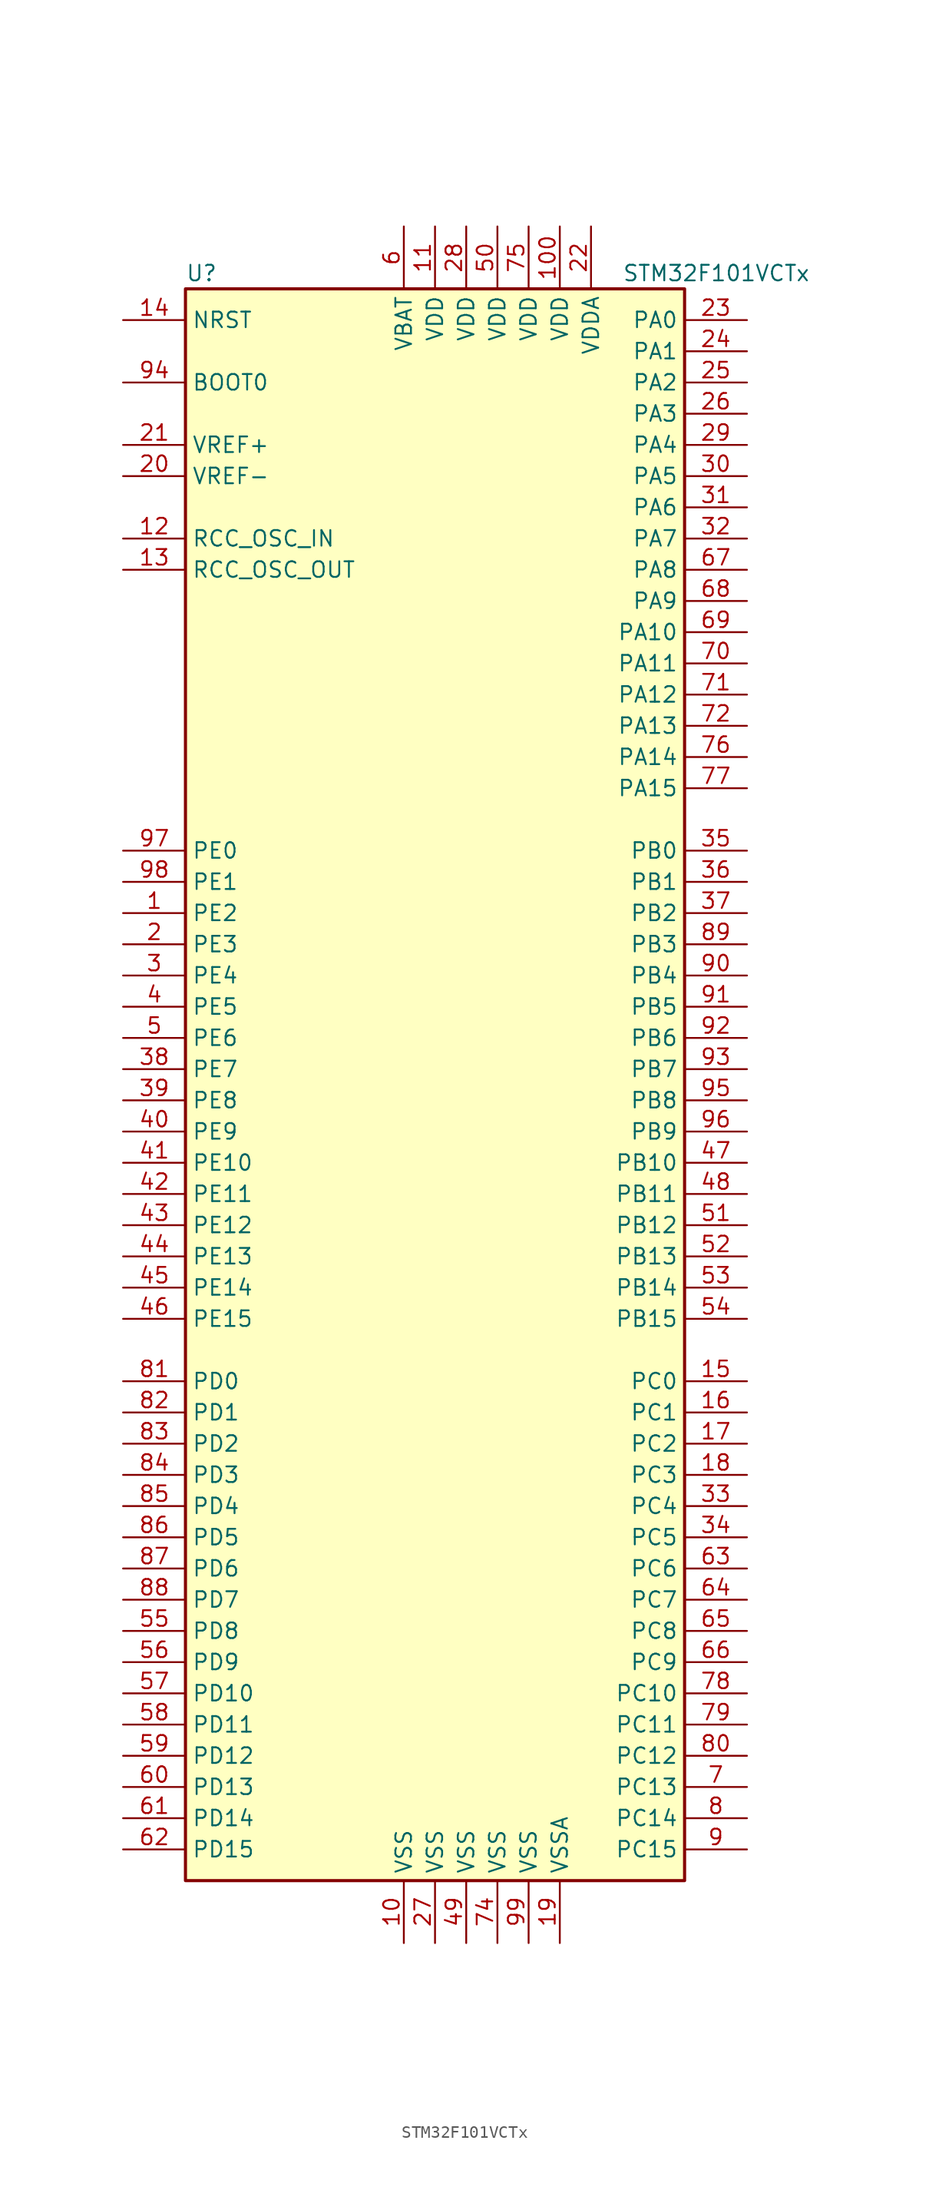
<source format=kicad_sym>
(kicad_symbol_lib
  (version 20201005)
  (generator kicad_symbol_editor)
  (symbol "STM32F101VCTx"
    (property "Reference" "U"
      (at -20.32 64.77 0)
      (effects (font (size 1.27 1.27)) (justify left)))
    (property "Value" "STM32F101VCTx"
      (at 15.24 64.77 0)
      (effects (font (size 1.27 1.27)) (justify left)))
    (symbol "STM32F101VCTx_0_1"
      (rectangle (start -20.32 -66.04) (end 20.32 63.5) (stroke (width 0.254)) (fill (type background))))
    (symbol "STM32F101VCTx_1_1"
      (pin input line (at -25.4 55.88 0) (length 5.08) (name "BOOT0" (effects (font (size 1.27 1.27)))) (number "94" (effects (font (size 1.27 1.27)))))
      (pin no_connect line (at -20.32 -63.5 0) (length 5.08) hide (name "NC" (effects (font (size 1.27 1.27)))) (number "73" (effects (font (size 1.27 1.27)))))
      (pin input line (at -25.4 60.96 0) (length 5.08) (name "NRST" (effects (font (size 1.27 1.27)))) (number "14" (effects (font (size 1.27 1.27)))))
      (pin bidirectional line (at 25.4 60.96 180) (length 5.08) (name "PA0" (effects (font (size 1.27 1.27)))) (number "23" (effects (font (size 1.27 1.27)))))
      (pin bidirectional line (at 25.4 58.42 180) (length 5.08) (name "PA1" (effects (font (size 1.27 1.27)))) (number "24" (effects (font (size 1.27 1.27)))))
      (pin bidirectional line (at 25.4 35.56 180) (length 5.08) (name "PA10" (effects (font (size 1.27 1.27)))) (number "69" (effects (font (size 1.27 1.27)))))
      (pin bidirectional line (at 25.4 33.02 180) (length 5.08) (name "PA11" (effects (font (size 1.27 1.27)))) (number "70" (effects (font (size 1.27 1.27)))))
      (pin bidirectional line (at 25.4 30.48 180) (length 5.08) (name "PA12" (effects (font (size 1.27 1.27)))) (number "71" (effects (font (size 1.27 1.27)))))
      (pin bidirectional line (at 25.4 27.94 180) (length 5.08) (name "PA13" (effects (font (size 1.27 1.27)))) (number "72" (effects (font (size 1.27 1.27)))))
      (pin bidirectional line (at 25.4 25.4 180) (length 5.08) (name "PA14" (effects (font (size 1.27 1.27)))) (number "76" (effects (font (size 1.27 1.27)))))
      (pin bidirectional line (at 25.4 22.86 180) (length 5.08) (name "PA15" (effects (font (size 1.27 1.27)))) (number "77" (effects (font (size 1.27 1.27)))))
      (pin bidirectional line (at 25.4 55.88 180) (length 5.08) (name "PA2" (effects (font (size 1.27 1.27)))) (number "25" (effects (font (size 1.27 1.27)))))
      (pin bidirectional line (at 25.4 53.34 180) (length 5.08) (name "PA3" (effects (font (size 1.27 1.27)))) (number "26" (effects (font (size 1.27 1.27)))))
      (pin bidirectional line (at 25.4 50.8 180) (length 5.08) (name "PA4" (effects (font (size 1.27 1.27)))) (number "29" (effects (font (size 1.27 1.27)))))
      (pin bidirectional line (at 25.4 48.26 180) (length 5.08) (name "PA5" (effects (font (size 1.27 1.27)))) (number "30" (effects (font (size 1.27 1.27)))))
      (pin bidirectional line (at 25.4 45.72 180) (length 5.08) (name "PA6" (effects (font (size 1.27 1.27)))) (number "31" (effects (font (size 1.27 1.27)))))
      (pin bidirectional line (at 25.4 43.18 180) (length 5.08) (name "PA7" (effects (font (size 1.27 1.27)))) (number "32" (effects (font (size 1.27 1.27)))))
      (pin bidirectional line (at 25.4 40.64 180) (length 5.08) (name "PA8" (effects (font (size 1.27 1.27)))) (number "67" (effects (font (size 1.27 1.27)))))
      (pin bidirectional line (at 25.4 38.1 180) (length 5.08) (name "PA9" (effects (font (size 1.27 1.27)))) (number "68" (effects (font (size 1.27 1.27)))))
      (pin bidirectional line (at 25.4 17.78 180) (length 5.08) (name "PB0" (effects (font (size 1.27 1.27)))) (number "35" (effects (font (size 1.27 1.27)))))
      (pin bidirectional line (at 25.4 15.24 180) (length 5.08) (name "PB1" (effects (font (size 1.27 1.27)))) (number "36" (effects (font (size 1.27 1.27)))))
      (pin bidirectional line (at 25.4 -7.62 180) (length 5.08) (name "PB10" (effects (font (size 1.27 1.27)))) (number "47" (effects (font (size 1.27 1.27)))))
      (pin bidirectional line (at 25.4 -10.16 180) (length 5.08) (name "PB11" (effects (font (size 1.27 1.27)))) (number "48" (effects (font (size 1.27 1.27)))))
      (pin bidirectional line (at 25.4 -12.7 180) (length 5.08) (name "PB12" (effects (font (size 1.27 1.27)))) (number "51" (effects (font (size 1.27 1.27)))))
      (pin bidirectional line (at 25.4 -15.24 180) (length 5.08) (name "PB13" (effects (font (size 1.27 1.27)))) (number "52" (effects (font (size 1.27 1.27)))))
      (pin bidirectional line (at 25.4 -17.78 180) (length 5.08) (name "PB14" (effects (font (size 1.27 1.27)))) (number "53" (effects (font (size 1.27 1.27)))))
      (pin bidirectional line (at 25.4 -20.32 180) (length 5.08) (name "PB15" (effects (font (size 1.27 1.27)))) (number "54" (effects (font (size 1.27 1.27)))))
      (pin bidirectional line (at 25.4 12.7 180) (length 5.08) (name "PB2" (effects (font (size 1.27 1.27)))) (number "37" (effects (font (size 1.27 1.27)))))
      (pin bidirectional line (at 25.4 10.16 180) (length 5.08) (name "PB3" (effects (font (size 1.27 1.27)))) (number "89" (effects (font (size 1.27 1.27)))))
      (pin bidirectional line (at 25.4 7.62 180) (length 5.08) (name "PB4" (effects (font (size 1.27 1.27)))) (number "90" (effects (font (size 1.27 1.27)))))
      (pin bidirectional line (at 25.4 5.08 180) (length 5.08) (name "PB5" (effects (font (size 1.27 1.27)))) (number "91" (effects (font (size 1.27 1.27)))))
      (pin bidirectional line (at 25.4 2.54 180) (length 5.08) (name "PB6" (effects (font (size 1.27 1.27)))) (number "92" (effects (font (size 1.27 1.27)))))
      (pin bidirectional line (at 25.4 0 180) (length 5.08) (name "PB7" (effects (font (size 1.27 1.27)))) (number "93" (effects (font (size 1.27 1.27)))))
      (pin bidirectional line (at 25.4 -2.54 180) (length 5.08) (name "PB8" (effects (font (size 1.27 1.27)))) (number "95" (effects (font (size 1.27 1.27)))))
      (pin bidirectional line (at 25.4 -5.08 180) (length 5.08) (name "PB9" (effects (font (size 1.27 1.27)))) (number "96" (effects (font (size 1.27 1.27)))))
      (pin bidirectional line (at 25.4 -25.4 180) (length 5.08) (name "PC0" (effects (font (size 1.27 1.27)))) (number "15" (effects (font (size 1.27 1.27)))))
      (pin bidirectional line (at 25.4 -27.94 180) (length 5.08) (name "PC1" (effects (font (size 1.27 1.27)))) (number "16" (effects (font (size 1.27 1.27)))))
      (pin bidirectional line (at 25.4 -50.8 180) (length 5.08) (name "PC10" (effects (font (size 1.27 1.27)))) (number "78" (effects (font (size 1.27 1.27)))))
      (pin bidirectional line (at 25.4 -53.34 180) (length 5.08) (name "PC11" (effects (font (size 1.27 1.27)))) (number "79" (effects (font (size 1.27 1.27)))))
      (pin bidirectional line (at 25.4 -55.88 180) (length 5.08) (name "PC12" (effects (font (size 1.27 1.27)))) (number "80" (effects (font (size 1.27 1.27)))))
      (pin bidirectional line (at 25.4 -58.42 180) (length 5.08) (name "PC13" (effects (font (size 1.27 1.27)))) (number "7" (effects (font (size 1.27 1.27)))))
      (pin bidirectional line (at 25.4 -60.96 180) (length 5.08) (name "PC14" (effects (font (size 1.27 1.27)))) (number "8" (effects (font (size 1.27 1.27)))))
      (pin bidirectional line (at 25.4 -63.5 180) (length 5.08) (name "PC15" (effects (font (size 1.27 1.27)))) (number "9" (effects (font (size 1.27 1.27)))))
      (pin bidirectional line (at 25.4 -30.48 180) (length 5.08) (name "PC2" (effects (font (size 1.27 1.27)))) (number "17" (effects (font (size 1.27 1.27)))))
      (pin bidirectional line (at 25.4 -33.02 180) (length 5.08) (name "PC3" (effects (font (size 1.27 1.27)))) (number "18" (effects (font (size 1.27 1.27)))))
      (pin bidirectional line (at 25.4 -35.56 180) (length 5.08) (name "PC4" (effects (font (size 1.27 1.27)))) (number "33" (effects (font (size 1.27 1.27)))))
      (pin bidirectional line (at 25.4 -38.1 180) (length 5.08) (name "PC5" (effects (font (size 1.27 1.27)))) (number "34" (effects (font (size 1.27 1.27)))))
      (pin bidirectional line (at 25.4 -40.64 180) (length 5.08) (name "PC6" (effects (font (size 1.27 1.27)))) (number "63" (effects (font (size 1.27 1.27)))))
      (pin bidirectional line (at 25.4 -43.18 180) (length 5.08) (name "PC7" (effects (font (size 1.27 1.27)))) (number "64" (effects (font (size 1.27 1.27)))))
      (pin bidirectional line (at 25.4 -45.72 180) (length 5.08) (name "PC8" (effects (font (size 1.27 1.27)))) (number "65" (effects (font (size 1.27 1.27)))))
      (pin bidirectional line (at 25.4 -48.26 180) (length 5.08) (name "PC9" (effects (font (size 1.27 1.27)))) (number "66" (effects (font (size 1.27 1.27)))))
      (pin bidirectional line (at -25.4 -25.4 0) (length 5.08) (name "PD0" (effects (font (size 1.27 1.27)))) (number "81" (effects (font (size 1.27 1.27)))))
      (pin bidirectional line (at -25.4 -27.94 0) (length 5.08) (name "PD1" (effects (font (size 1.27 1.27)))) (number "82" (effects (font (size 1.27 1.27)))))
      (pin bidirectional line (at -25.4 -50.8 0) (length 5.08) (name "PD10" (effects (font (size 1.27 1.27)))) (number "57" (effects (font (size 1.27 1.27)))))
      (pin bidirectional line (at -25.4 -53.34 0) (length 5.08) (name "PD11" (effects (font (size 1.27 1.27)))) (number "58" (effects (font (size 1.27 1.27)))))
      (pin bidirectional line (at -25.4 -55.88 0) (length 5.08) (name "PD12" (effects (font (size 1.27 1.27)))) (number "59" (effects (font (size 1.27 1.27)))))
      (pin bidirectional line (at -25.4 -58.42 0) (length 5.08) (name "PD13" (effects (font (size 1.27 1.27)))) (number "60" (effects (font (size 1.27 1.27)))))
      (pin bidirectional line (at -25.4 -60.96 0) (length 5.08) (name "PD14" (effects (font (size 1.27 1.27)))) (number "61" (effects (font (size 1.27 1.27)))))
      (pin bidirectional line (at -25.4 -63.5 0) (length 5.08) (name "PD15" (effects (font (size 1.27 1.27)))) (number "62" (effects (font (size 1.27 1.27)))))
      (pin bidirectional line (at -25.4 -30.48 0) (length 5.08) (name "PD2" (effects (font (size 1.27 1.27)))) (number "83" (effects (font (size 1.27 1.27)))))
      (pin bidirectional line (at -25.4 -33.02 0) (length 5.08) (name "PD3" (effects (font (size 1.27 1.27)))) (number "84" (effects (font (size 1.27 1.27)))))
      (pin bidirectional line (at -25.4 -35.56 0) (length 5.08) (name "PD4" (effects (font (size 1.27 1.27)))) (number "85" (effects (font (size 1.27 1.27)))))
      (pin bidirectional line (at -25.4 -38.1 0) (length 5.08) (name "PD5" (effects (font (size 1.27 1.27)))) (number "86" (effects (font (size 1.27 1.27)))))
      (pin bidirectional line (at -25.4 -40.64 0) (length 5.08) (name "PD6" (effects (font (size 1.27 1.27)))) (number "87" (effects (font (size 1.27 1.27)))))
      (pin bidirectional line (at -25.4 -43.18 0) (length 5.08) (name "PD7" (effects (font (size 1.27 1.27)))) (number "88" (effects (font (size 1.27 1.27)))))
      (pin bidirectional line (at -25.4 -45.72 0) (length 5.08) (name "PD8" (effects (font (size 1.27 1.27)))) (number "55" (effects (font (size 1.27 1.27)))))
      (pin bidirectional line (at -25.4 -48.26 0) (length 5.08) (name "PD9" (effects (font (size 1.27 1.27)))) (number "56" (effects (font (size 1.27 1.27)))))
      (pin bidirectional line (at -25.4 17.78 0) (length 5.08) (name "PE0" (effects (font (size 1.27 1.27)))) (number "97" (effects (font (size 1.27 1.27)))))
      (pin bidirectional line (at -25.4 15.24 0) (length 5.08) (name "PE1" (effects (font (size 1.27 1.27)))) (number "98" (effects (font (size 1.27 1.27)))))
      (pin bidirectional line (at -25.4 -7.62 0) (length 5.08) (name "PE10" (effects (font (size 1.27 1.27)))) (number "41" (effects (font (size 1.27 1.27)))))
      (pin bidirectional line (at -25.4 -10.16 0) (length 5.08) (name "PE11" (effects (font (size 1.27 1.27)))) (number "42" (effects (font (size 1.27 1.27)))))
      (pin bidirectional line (at -25.4 -12.7 0) (length 5.08) (name "PE12" (effects (font (size 1.27 1.27)))) (number "43" (effects (font (size 1.27 1.27)))))
      (pin bidirectional line (at -25.4 -15.24 0) (length 5.08) (name "PE13" (effects (font (size 1.27 1.27)))) (number "44" (effects (font (size 1.27 1.27)))))
      (pin bidirectional line (at -25.4 -17.78 0) (length 5.08) (name "PE14" (effects (font (size 1.27 1.27)))) (number "45" (effects (font (size 1.27 1.27)))))
      (pin bidirectional line (at -25.4 -20.32 0) (length 5.08) (name "PE15" (effects (font (size 1.27 1.27)))) (number "46" (effects (font (size 1.27 1.27)))))
      (pin bidirectional line (at -25.4 12.7 0) (length 5.08) (name "PE2" (effects (font (size 1.27 1.27)))) (number "1" (effects (font (size 1.27 1.27)))))
      (pin bidirectional line (at -25.4 10.16 0) (length 5.08) (name "PE3" (effects (font (size 1.27 1.27)))) (number "2" (effects (font (size 1.27 1.27)))))
      (pin bidirectional line (at -25.4 7.62 0) (length 5.08) (name "PE4" (effects (font (size 1.27 1.27)))) (number "3" (effects (font (size 1.27 1.27)))))
      (pin bidirectional line (at -25.4 5.08 0) (length 5.08) (name "PE5" (effects (font (size 1.27 1.27)))) (number "4" (effects (font (size 1.27 1.27)))))
      (pin bidirectional line (at -25.4 2.54 0) (length 5.08) (name "PE6" (effects (font (size 1.27 1.27)))) (number "5" (effects (font (size 1.27 1.27)))))
      (pin bidirectional line (at -25.4 0 0) (length 5.08) (name "PE7" (effects (font (size 1.27 1.27)))) (number "38" (effects (font (size 1.27 1.27)))))
      (pin bidirectional line (at -25.4 -2.54 0) (length 5.08) (name "PE8" (effects (font (size 1.27 1.27)))) (number "39" (effects (font (size 1.27 1.27)))))
      (pin bidirectional line (at -25.4 -5.08 0) (length 5.08) (name "PE9" (effects (font (size 1.27 1.27)))) (number "40" (effects (font (size 1.27 1.27)))))
      (pin input line (at -25.4 43.18 0) (length 5.08) (name "RCC_OSC_IN" (effects (font (size 1.27 1.27)))) (number "12" (effects (font (size 1.27 1.27)))))
      (pin input line (at -25.4 40.64 0) (length 5.08) (name "RCC_OSC_OUT" (effects (font (size 1.27 1.27)))) (number "13" (effects (font (size 1.27 1.27)))))
      (pin power_in line (at -2.54 68.58 270) (length 5.08) (name "VBAT" (effects (font (size 1.27 1.27)))) (number "6" (effects (font (size 1.27 1.27)))))
      (pin power_in line (at 10.16 68.58 270) (length 5.08) (name "VDD" (effects (font (size 1.27 1.27)))) (number "100" (effects (font (size 1.27 1.27)))))
      (pin power_in line (at 0 68.58 270) (length 5.08) (name "VDD" (effects (font (size 1.27 1.27)))) (number "11" (effects (font (size 1.27 1.27)))))
      (pin power_in line (at 2.54 68.58 270) (length 5.08) (name "VDD" (effects (font (size 1.27 1.27)))) (number "28" (effects (font (size 1.27 1.27)))))
      (pin power_in line (at 5.08 68.58 270) (length 5.08) (name "VDD" (effects (font (size 1.27 1.27)))) (number "50" (effects (font (size 1.27 1.27)))))
      (pin power_in line (at 7.62 68.58 270) (length 5.08) (name "VDD" (effects (font (size 1.27 1.27)))) (number "75" (effects (font (size 1.27 1.27)))))
      (pin power_in line (at 12.7 68.58 270) (length 5.08) (name "VDDA" (effects (font (size 1.27 1.27)))) (number "22" (effects (font (size 1.27 1.27)))))
      (pin power_in line (at -25.4 50.8 0) (length 5.08) (name "VREF+" (effects (font (size 1.27 1.27)))) (number "21" (effects (font (size 1.27 1.27)))))
      (pin power_in line (at -25.4 48.26 0) (length 5.08) (name "VREF-" (effects (font (size 1.27 1.27)))) (number "20" (effects (font (size 1.27 1.27)))))
      (pin power_in line (at -2.54 -71.12 90) (length 5.08) (name "VSS" (effects (font (size 1.27 1.27)))) (number "10" (effects (font (size 1.27 1.27)))))
      (pin power_in line (at 0 -71.12 90) (length 5.08) (name "VSS" (effects (font (size 1.27 1.27)))) (number "27" (effects (font (size 1.27 1.27)))))
      (pin power_in line (at 2.54 -71.12 90) (length 5.08) (name "VSS" (effects (font (size 1.27 1.27)))) (number "49" (effects (font (size 1.27 1.27)))))
      (pin power_in line (at 5.08 -71.12 90) (length 5.08) (name "VSS" (effects (font (size 1.27 1.27)))) (number "74" (effects (font (size 1.27 1.27)))))
      (pin power_in line (at 7.62 -71.12 90) (length 5.08) (name "VSS" (effects (font (size 1.27 1.27)))) (number "99" (effects (font (size 1.27 1.27)))))
      (pin power_in line (at 10.16 -71.12 90) (length 5.08) (name "VSSA" (effects (font (size 1.27 1.27)))) (number "19" (effects (font (size 1.27 1.27))))))))
</source>
